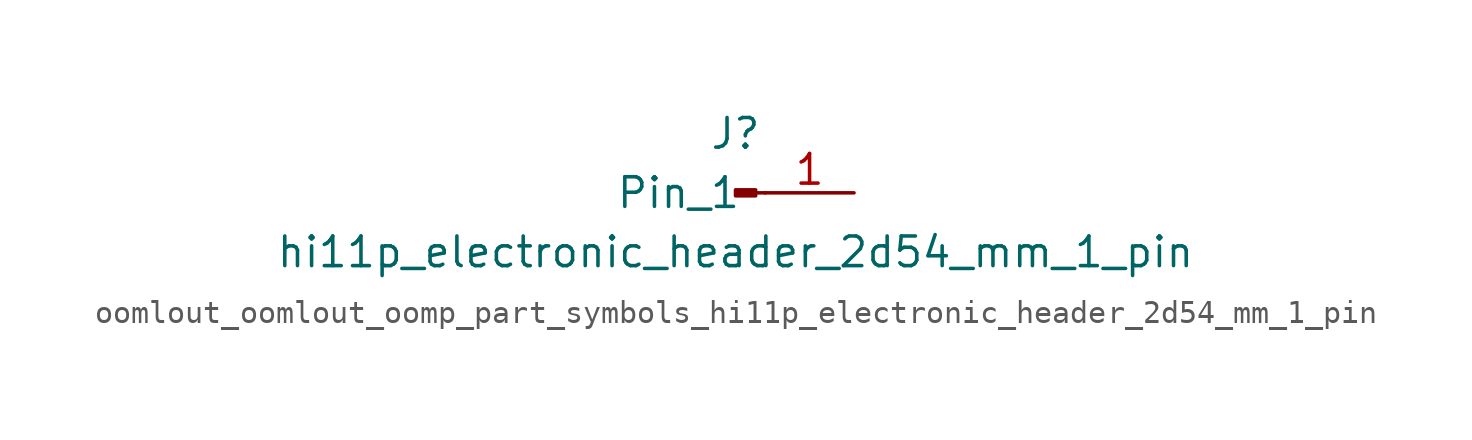
<source format=kicad_sym>
(kicad_symbol_lib
  (version 20220914)
  (generator kicad_symbol_editor)
  (symbol "oomlout_oomlout_oomp_part_symbols_hi11p_electronic_header_2d54_mm_1_pin"
    (pin_names
      (offset 1.016))
    (property "Reference" "J"
      (at 0 2.54 0)
      (effects (font (size 1.27 1.27))))
    (property "Value" "hi11p_electronic_header_2d54_mm_1_pin"
      (at 0 -2.54 0)
      (effects (font (size 1.27 1.27))))
    (property "ki_locked" ""
      (at 0 0 0)
      (effects (font (size 1.27 1.27))))
    (symbol "oomlout_oomlout_oomp_part_symbols_hi11p_electronic_header_2d54_mm_1_pin_1_1"
      (polyline (pts (xy 1.27 0) (xy 0.864 0)) (stroke (width 0.152) (type default)) (fill (type none)))
      (rectangle (start 0.864 0.127) (end 0 -0.127) (stroke (width 0.152) (type default)) (fill (type outline)))
      (pin passive line (at 5.08 0 180) (length 3.81) (name "Pin_1" (effects (font (size 1.27 1.27)))) (number "1" (effects (font (size 1.27 1.27))))))))
</source>
